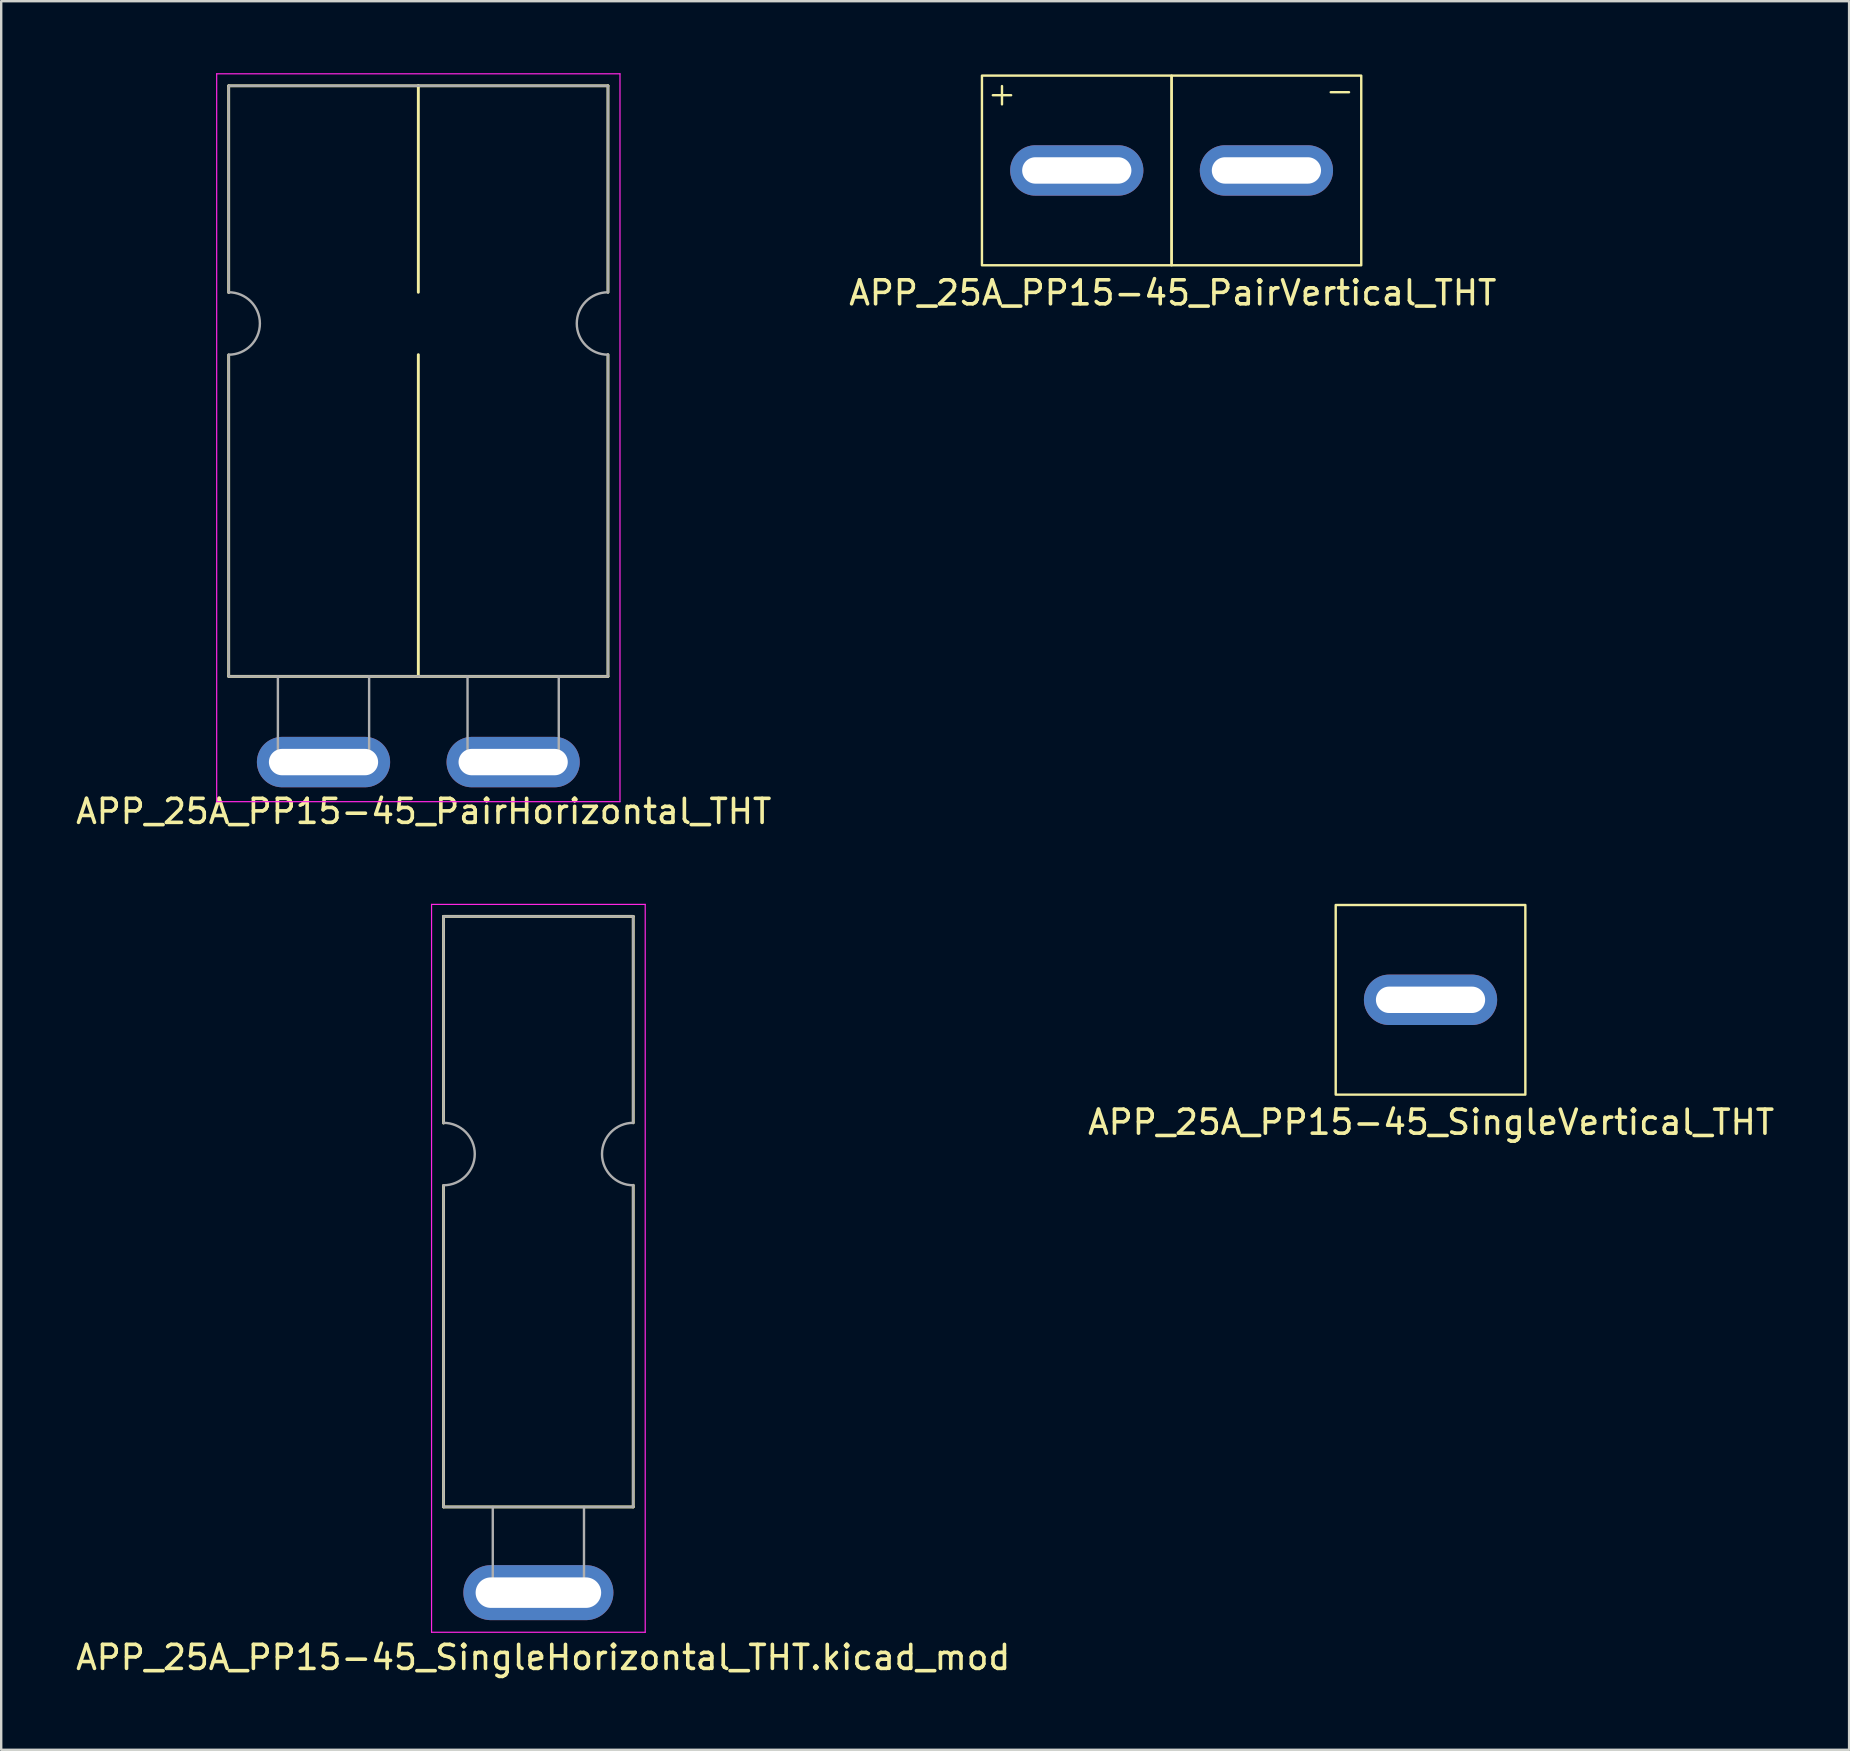
<source format=kicad_pcb>
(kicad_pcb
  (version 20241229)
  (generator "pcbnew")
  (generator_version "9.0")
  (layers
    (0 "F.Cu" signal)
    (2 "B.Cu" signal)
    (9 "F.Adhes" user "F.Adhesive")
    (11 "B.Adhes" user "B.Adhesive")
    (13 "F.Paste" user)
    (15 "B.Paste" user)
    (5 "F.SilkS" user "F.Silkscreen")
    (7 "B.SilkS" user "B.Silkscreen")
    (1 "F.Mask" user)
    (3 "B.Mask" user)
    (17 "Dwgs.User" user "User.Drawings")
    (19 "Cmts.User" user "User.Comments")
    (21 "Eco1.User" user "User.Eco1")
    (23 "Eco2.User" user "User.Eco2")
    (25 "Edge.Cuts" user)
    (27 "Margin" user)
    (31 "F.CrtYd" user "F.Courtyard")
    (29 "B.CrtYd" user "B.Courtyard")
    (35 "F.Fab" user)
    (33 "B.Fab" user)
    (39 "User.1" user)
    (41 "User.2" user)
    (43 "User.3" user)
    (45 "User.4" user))
  (footprint "APP_25A_PP15-45_PairHorizontal_THT"
    (layer "F.Cu")
    (at 14.401 28.05)
    (property "Reference" "APP_25A_PP15-45_PairHorizontal_THT" (at 0.2 2.7 0) (layer "F.SilkS") (effects (font (size 1 1) (thickness 0.15))))
    (attr through_hole)
    (fp_line (start -7.925 -27.525) (end -0.025 -27.525) (stroke (width 0.12) (type solid)) (layer "F.SilkS"))
    (fp_line (start -7.925 -18.915) (end -7.925 -27.525) (stroke (width 0.12) (type solid)) (layer "F.SilkS"))
    (fp_line (start -7.925 -2.925) (end -7.925 -16.315) (stroke (width 0.12) (type solid)) (layer "F.SilkS"))
    (fp_line (start -7.925 -2.925) (end -0.025 -2.925) (stroke (width 0.12) (type solid)) (layer "F.SilkS"))
    (fp_line (start -0.025 -27.525) (end -0.025 -18.925) (stroke (width 0.12) (type solid)) (layer "F.SilkS"))
    (fp_line (start -0.025 -27.525) (end 7.875 -27.525) (stroke (width 0.12) (type solid)) (layer "F.SilkS"))
    (fp_line (start -0.025 -16.325) (end -0.025 -2.925) (stroke (width 0.12) (type solid)) (layer "F.SilkS"))
    (fp_line (start -0.025 -2.925) (end 7.875 -2.925) (stroke (width 0.12) (type solid)) (layer "F.SilkS"))
    (fp_line (start 7.875 -27.525) (end 7.875 -18.925) (stroke (width 0.12) (type solid)) (layer "F.SilkS"))
    (fp_line (start 7.875 -16.325) (end 7.875 -2.925) (stroke (width 0.12) (type solid)) (layer "F.SilkS"))
    (fp_line (start -8.425 -28.025) (end 8.375 -28.025) (stroke (width 0.05) (type solid)) (layer "F.CrtYd"))
    (fp_line (start -8.425 2.295) (end -8.425 -28.025) (stroke (width 0.05) (type solid)) (layer "F.CrtYd"))
    (fp_line (start 8.375 -28.025) (end 8.375 2.295) (stroke (width 0.05) (type solid)) (layer "F.CrtYd"))
    (fp_line (start 8.375 2.295) (end -8.425 2.295) (stroke (width 0.05) (type solid)) (layer "F.CrtYd"))
    (fp_line (start -7.925 -27.525) (end -0.025 -27.525) (stroke (width 0.1) (type solid)) (layer "F.Fab"))
    (fp_line (start -7.925 -18.915) (end -7.925 -27.525) (stroke (width 0.1) (type solid)) (layer "F.Fab"))
    (fp_line (start -7.925 -2.925) (end -7.925 -16.315) (stroke (width 0.1) (type solid)) (layer "F.Fab"))
    (fp_line (start -7.925 -2.925) (end -0.025 -2.925) (stroke (width 0.1) (type solid)) (layer "F.Fab"))
    (fp_line (start -5.875 -2.925) (end -5.875 0.645) (stroke (width 0.1) (type solid)) (layer "F.Fab"))
    (fp_line (start -2.075 0.645) (end -2.075 -2.925) (stroke (width 0.1) (type solid)) (layer "F.Fab"))
    (fp_line (start -0.025 -27.525) (end 7.875 -27.525) (stroke (width 0.1) (type solid)) (layer "F.Fab"))
    (fp_line (start -0.025 -2.925) (end 7.875 -2.925) (stroke (width 0.1) (type solid)) (layer "F.Fab"))
    (fp_line (start 2.025 -2.925) (end 2.025 0.645) (stroke (width 0.1) (type solid)) (layer "F.Fab"))
    (fp_line (start 5.825 0.645) (end 5.825 -2.925) (stroke (width 0.1) (type solid)) (layer "F.Fab"))
    (fp_line (start 7.875 -27.525) (end 7.875 -18.925) (stroke (width 0.1) (type solid)) (layer "F.Fab"))
    (fp_line (start 7.875 -16.325) (end 7.875 -2.925) (stroke (width 0.1) (type solid)) (layer "F.Fab"))
    (fp_arc (start -7.925 -18.925) (mid -6.625 -17.625) (end -7.925 -16.325) (stroke (width 0.1) (type solid)) (layer "F.Fab"))
    (fp_arc (start 7.875 -16.325) (mid 6.575 -17.625) (end 7.875 -18.925) (stroke (width 0.1) (type solid)) (layer "F.Fab"))
    (pad "1" thru_hole oval (at -3.975 0.645) (size 5.55 2.1) (drill oval 4.55 1.1) (layers "*.Cu" "*.Mask"))
    (pad "2" thru_hole oval (at 3.925 0.645) (size 5.55 2.1) (drill oval 4.55 1.1) (layers "*.Cu" "*.Mask"))
    (zone (net_name "") (layers "*.CrtYd") (hatch edge 0.5) (connect_pads) (min_thickness 0.25) (filled_areas_thickness no) (keepout (tracks not_allowed) (vias not_allowed) (pads not_allowed) (copperpour allowed) (footprints allowed)) (placement (enabled no)) (fill) (polygon (pts (xy 6.001 0.025) (xy 22.776 0.025) (xy 22.776 30.35) (xy 6.001 30.35)))))
  (footprint "APP_25A_PP15-45_PairVertical_THT"
    (layer "F.Cu")
    (at 45.779 4.05)
    (property "Reference" "APP_25A_PP15-45_PairVertical_THT" (at 0.025 5.1 0) (layer "F.SilkS") (effects (font (size 1 1) (thickness 0.15))))
    (attr through_hole)
    (fp_rect (start -7.925 -3.95) (end -0.025 3.95) (stroke (width 0.1) (type solid)) (fill no) (layer "F.SilkS"))
    (fp_rect (start -0.025 -3.95) (end 7.875 3.95) (stroke (width 0.1) (type solid)) (fill no) (layer "F.SilkS"))
    (fp_text user "-" (at 6.3 -2.75 0) (unlocked yes) (layer "F.SilkS") (effects (font (size 1 1) (thickness 0.1)) (justify left bottom)))
    (fp_text user "+" (at -7.775 -2.625 0) (unlocked yes) (layer "F.SilkS") (effects (font (size 1 1) (thickness 0.1)) (justify left bottom)))
    (pad "1" thru_hole oval (at -3.975 0) (size 5.55 2.1) (drill oval 4.55 1.1) (layers "*.Cu" "*.Mask"))
    (pad "2" thru_hole oval (at 3.925 0) (size 5.55 2.1) (drill oval 4.55 1.1) (layers "*.Cu" "*.Mask"))
    (zone (net_name "") (layers "*.CrtYd") (hatch edge 0.5) (connect_pads) (min_thickness 0.25) (filled_areas_thickness no) (keepout (tracks not_allowed) (vias not_allowed) (pads not_allowed) (copperpour allowed) (footprints allowed)) (placement (enabled no)) (fill) (polygon (pts (xy 37.804 0.05) (xy 53.704 0.05) (xy 53.704 8.05) (xy 37.804 8.05)))))
  (footprint "APP_25A_PP15-45_SingleVertical_THT"
    (layer "F.Cu")
    (at 56.54 38.598)
    (property "Reference" "APP_25A_PP15-45_SingleVertical_THT" (at 0.025 5.1 0) (layer "F.SilkS") (effects (font (size 1 1) (thickness 0.15))))
    (attr through_hole)
    (fp_rect (start -3.95 -3.95) (end 3.95 3.95) (stroke (width 0.1) (type solid)) (fill no) (layer "F.SilkS"))
    (pad "1" thru_hole oval (at 0 0) (size 5.55 2.1) (drill oval 4.55 1.1) (layers "*.Cu" "*.Mask"))
    (zone (net_name "") (layers "*.CrtYd") (hatch edge 0.5) (connect_pads) (min_thickness 0.25) (filled_areas_thickness no) (keepout (tracks not_allowed) (vias not_allowed) (pads not_allowed) (copperpour allowed) (footprints allowed)) (placement (enabled no)) (fill) (polygon (pts (xy 52.54 34.598) (xy 60.54 34.598) (xy 60.54 42.598) (xy 52.54 42.598)))))
  (footprint "APP_25A_PP15-45_SingleHorizontal_THT.kicad_mod"
    (layer "F.Cu")
    (at 19.377 63.293)
    (property "Reference" "APP_25A_PP15-45_SingleHorizontal_THT.kicad_mod" (at 0.2 2.7 0) (layer "F.SilkS") (effects (font (size 1 1) (thickness 0.15))))
    (attr through_hole)
    (fp_line (start -3.95 -28.17) (end 3.95 -28.17) (stroke (width 0.12) (type solid)) (layer "F.SilkS"))
    (fp_line (start -3.95 -19.56) (end -3.95 -28.17) (stroke (width 0.12) (type solid)) (layer "F.SilkS"))
    (fp_line (start -3.95 -3.57) (end -3.95 -16.96) (stroke (width 0.12) (type solid)) (layer "F.SilkS"))
    (fp_line (start -3.95 -3.57) (end 3.95 -3.57) (stroke (width 0.12) (type solid)) (layer "F.SilkS"))
    (fp_line (start 3.95 -28.17) (end 3.95 -19.57) (stroke (width 0.12) (type solid)) (layer "F.SilkS"))
    (fp_line (start 3.95 -16.97) (end 3.95 -3.57) (stroke (width 0.12) (type solid)) (layer "F.SilkS"))
    (fp_line (start -4.45 -28.67) (end 4.45 -28.67) (stroke (width 0.05) (type solid)) (layer "F.CrtYd"))
    (fp_line (start -4.45 1.65) (end -4.45 -28.67) (stroke (width 0.05) (type solid)) (layer "F.CrtYd"))
    (fp_line (start 4.45 -28.67) (end 4.45 1.65) (stroke (width 0.05) (type solid)) (layer "F.CrtYd"))
    (fp_line (start 4.45 1.65) (end -4.45 1.65) (stroke (width 0.05) (type solid)) (layer "F.CrtYd"))
    (fp_line (start -3.95 -28.17) (end 3.95 -28.17) (stroke (width 0.1) (type solid)) (layer "F.Fab"))
    (fp_line (start -3.95 -19.56) (end -3.95 -28.17) (stroke (width 0.1) (type solid)) (layer "F.Fab"))
    (fp_line (start -3.95 -3.57) (end -3.95 -16.96) (stroke (width 0.1) (type solid)) (layer "F.Fab"))
    (fp_line (start -3.95 -3.57) (end 3.95 -3.57) (stroke (width 0.1) (type solid)) (layer "F.Fab"))
    (fp_line (start -1.9 -3.57) (end -1.9 0) (stroke (width 0.1) (type solid)) (layer "F.Fab"))
    (fp_line (start 1.9 0) (end 1.9 -3.57) (stroke (width 0.1) (type solid)) (layer "F.Fab"))
    (fp_line (start 3.95 -28.17) (end 3.95 -19.57) (stroke (width 0.1) (type solid)) (layer "F.Fab"))
    (fp_line (start 3.95 -16.97) (end 3.95 -3.57) (stroke (width 0.1) (type solid)) (layer "F.Fab"))
    (fp_arc (start -3.95 -19.57) (mid -2.65 -18.27) (end -3.95 -16.97) (stroke (width 0.1) (type solid)) (layer "F.Fab"))
    (fp_arc (start 3.95 -16.97) (mid 2.65 -18.27) (end 3.95 -19.57) (stroke (width 0.1) (type solid)) (layer "F.Fab"))
    (pad "1" thru_hole oval (at 0 0) (size 6.25 2.29) (drill oval 5.23 1.27) (layers "*.Cu" "*.Mask"))
    (zone (net_name "") (layers "*.CrtYd") (hatch edge 0.5) (connect_pads) (min_thickness 0.25) (filled_areas_thickness no) (keepout (tracks not_allowed) (vias not_allowed) (pads not_allowed) (copperpour allowed) (footprints allowed)) (placement (enabled no)) (fill) (polygon (pts (xy 14.977 34.643) (xy 23.827 34.643) (xy 23.827 64.943) (xy 14.977 64.943)))))
  (gr_rect
    (start -3 -3)
    (end 73.976 69.841)
    (stroke (width 0.1) (type default))
    (fill no)
    (layer "Edge.Cuts")))
</source>
